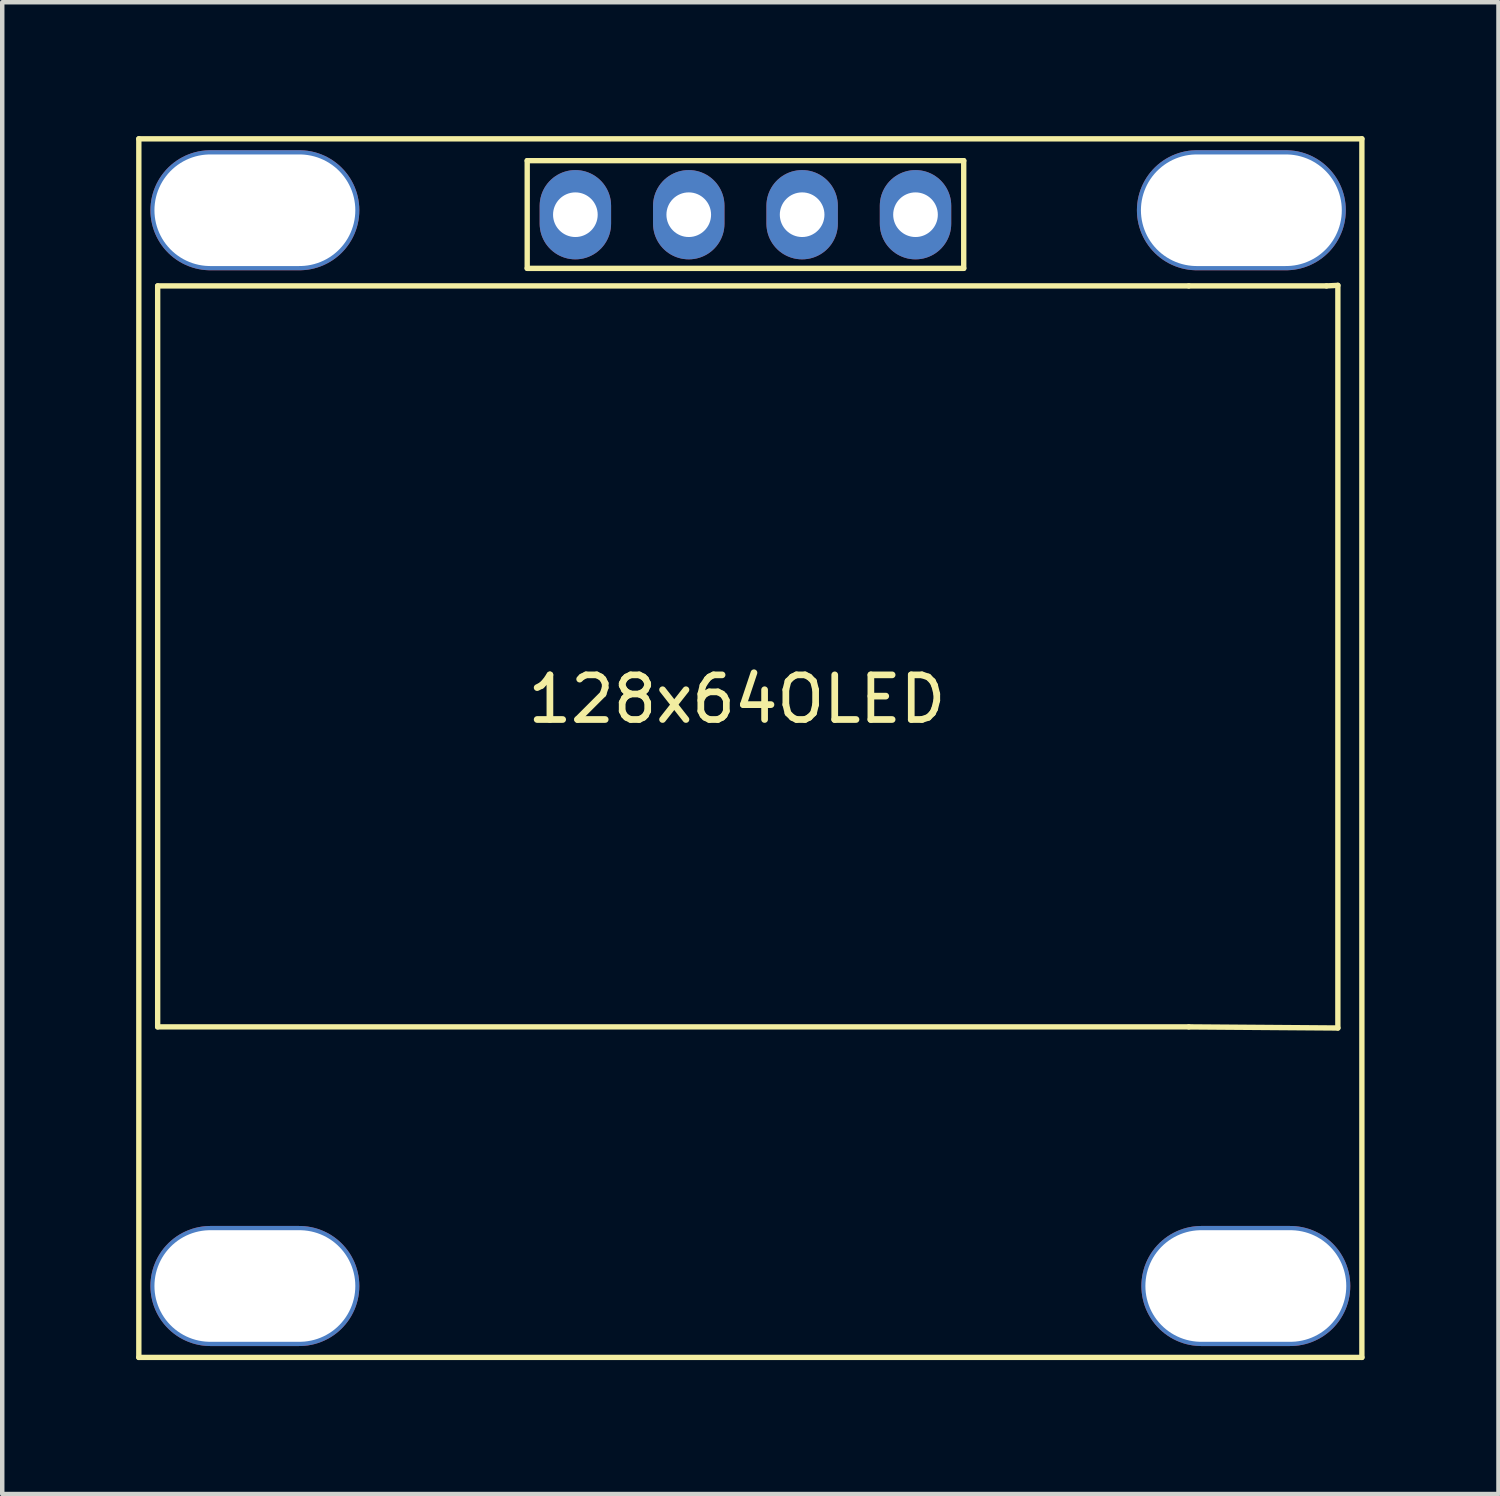
<source format=kicad_pcb>
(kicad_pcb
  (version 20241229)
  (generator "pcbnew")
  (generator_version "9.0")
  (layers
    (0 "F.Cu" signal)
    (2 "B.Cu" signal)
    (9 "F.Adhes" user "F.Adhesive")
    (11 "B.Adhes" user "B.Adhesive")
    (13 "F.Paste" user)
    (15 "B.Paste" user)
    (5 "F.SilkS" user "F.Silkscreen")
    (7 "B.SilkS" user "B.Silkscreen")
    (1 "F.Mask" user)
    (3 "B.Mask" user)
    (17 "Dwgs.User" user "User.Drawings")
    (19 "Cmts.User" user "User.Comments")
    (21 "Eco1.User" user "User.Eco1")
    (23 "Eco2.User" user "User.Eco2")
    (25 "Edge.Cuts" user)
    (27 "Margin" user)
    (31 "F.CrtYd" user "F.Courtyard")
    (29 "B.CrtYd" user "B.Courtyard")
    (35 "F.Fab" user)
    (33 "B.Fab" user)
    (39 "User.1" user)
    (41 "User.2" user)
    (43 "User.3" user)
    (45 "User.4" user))
  (footprint "128x64OLED"
    (layer "F.Cu")
    (at 13.46 12.36)
    (property "Reference" "128x64OLED" (at 0 0.254 0) (layer "F.SilkS") (effects (font (size 1 1) (thickness 0.15))))
    (attr through_hole)
    (fp_line (start -13.4 -12.3) (end 14 -12.3) (stroke (width 0.12) (type solid)) (layer "F.SilkS"))
    (fp_line (start -13.4 15) (end -13.4 -12.3) (stroke (width 0.12) (type solid)) (layer "F.SilkS"))
    (fp_line (start -12.978 -9.005) (end 10.122 -9.005) (stroke (width 0.12) (type solid)) (layer "F.SilkS"))
    (fp_line (start -12.978 7.595) (end -12.978 -9.005) (stroke (width 0.12) (type solid)) (layer "F.SilkS"))
    (fp_line (start -4.699 -11.811) (end -4.699 -9.398) (stroke (width 0.12) (type solid)) (layer "F.SilkS"))
    (fp_line (start -4.699 -11.811) (end 5.08 -11.811) (stroke (width 0.12) (type solid)) (layer "F.SilkS"))
    (fp_line (start 5.08 -11.811) (end 5.08 -9.398) (stroke (width 0.12) (type solid)) (layer "F.SilkS"))
    (fp_line (start 5.08 -9.398) (end -4.699 -9.398) (stroke (width 0.12) (type solid)) (layer "F.SilkS"))
    (fp_line (start 10.122 -9.005) (end 13.208 -9.005) (stroke (width 0.12) (type solid)) (layer "F.SilkS"))
    (fp_line (start 10.122 7.595) (end -12.978 7.595) (stroke (width 0.12) (type solid)) (layer "F.SilkS"))
    (fp_line (start 10.122 7.595) (end 13.462 7.62) (stroke (width 0.12) (type solid)) (layer "F.SilkS"))
    (fp_line (start 13.462 -9.017) (end 13.208 -9.005) (stroke (width 0.12) (type solid)) (layer "F.SilkS"))
    (fp_line (start 13.462 7.62) (end 13.462 -9.017) (stroke (width 0.12) (type solid)) (layer "F.SilkS"))
    (fp_line (start 14 -12.3) (end 14 15) (stroke (width 0.12) (type solid)) (layer "F.SilkS"))
    (fp_line (start 14 15) (end -13.4 15) (stroke (width 0.12) (type solid)) (layer "F.SilkS"))
    (pad "" thru_hole oval (at -10.8 -10.7 180) (size 4.68 2.69) (drill oval 4.5 2.5) (layers "*.Cu" "*.Mask"))
    (pad "" thru_hole oval (at -10.8 13.4 180) (size 4.68 2.69) (drill oval 4.5 2.5) (layers "*.Cu" "*.Mask"))
    (pad "" thru_hole oval (at 11.3 -10.7 180) (size 4.68 2.69) (drill oval 4.5 2.5) (layers "*.Cu" "*.Mask"))
    (pad "" thru_hole oval (at 11.4 13.4 180) (size 4.68 2.69) (drill oval 4.5 2.5) (layers "*.Cu" "*.Mask"))
    (pad "1" thru_hole oval (at -3.62 -10.6 90) (size 2 1.6) (drill 1) (layers "*.Cu" "*.Mask"))
    (pad "2" thru_hole oval (at -1.08 -10.6 90) (size 2 1.6) (drill 1) (layers "*.Cu" "*.Mask"))
    (pad "3" thru_hole oval (at 1.46 -10.6 90) (size 2 1.6) (drill 1) (layers "*.Cu" "*.Mask"))
    (pad "4" thru_hole oval (at 4 -10.6 90) (size 2 1.6) (drill 1) (layers "*.Cu" "*.Mask")))
  (gr_rect
    (start -3 -3)
    (end 30.52 30.42)
    (stroke (width 0.1) (type default))
    (fill no)
    (layer "Edge.Cuts")))
</source>
